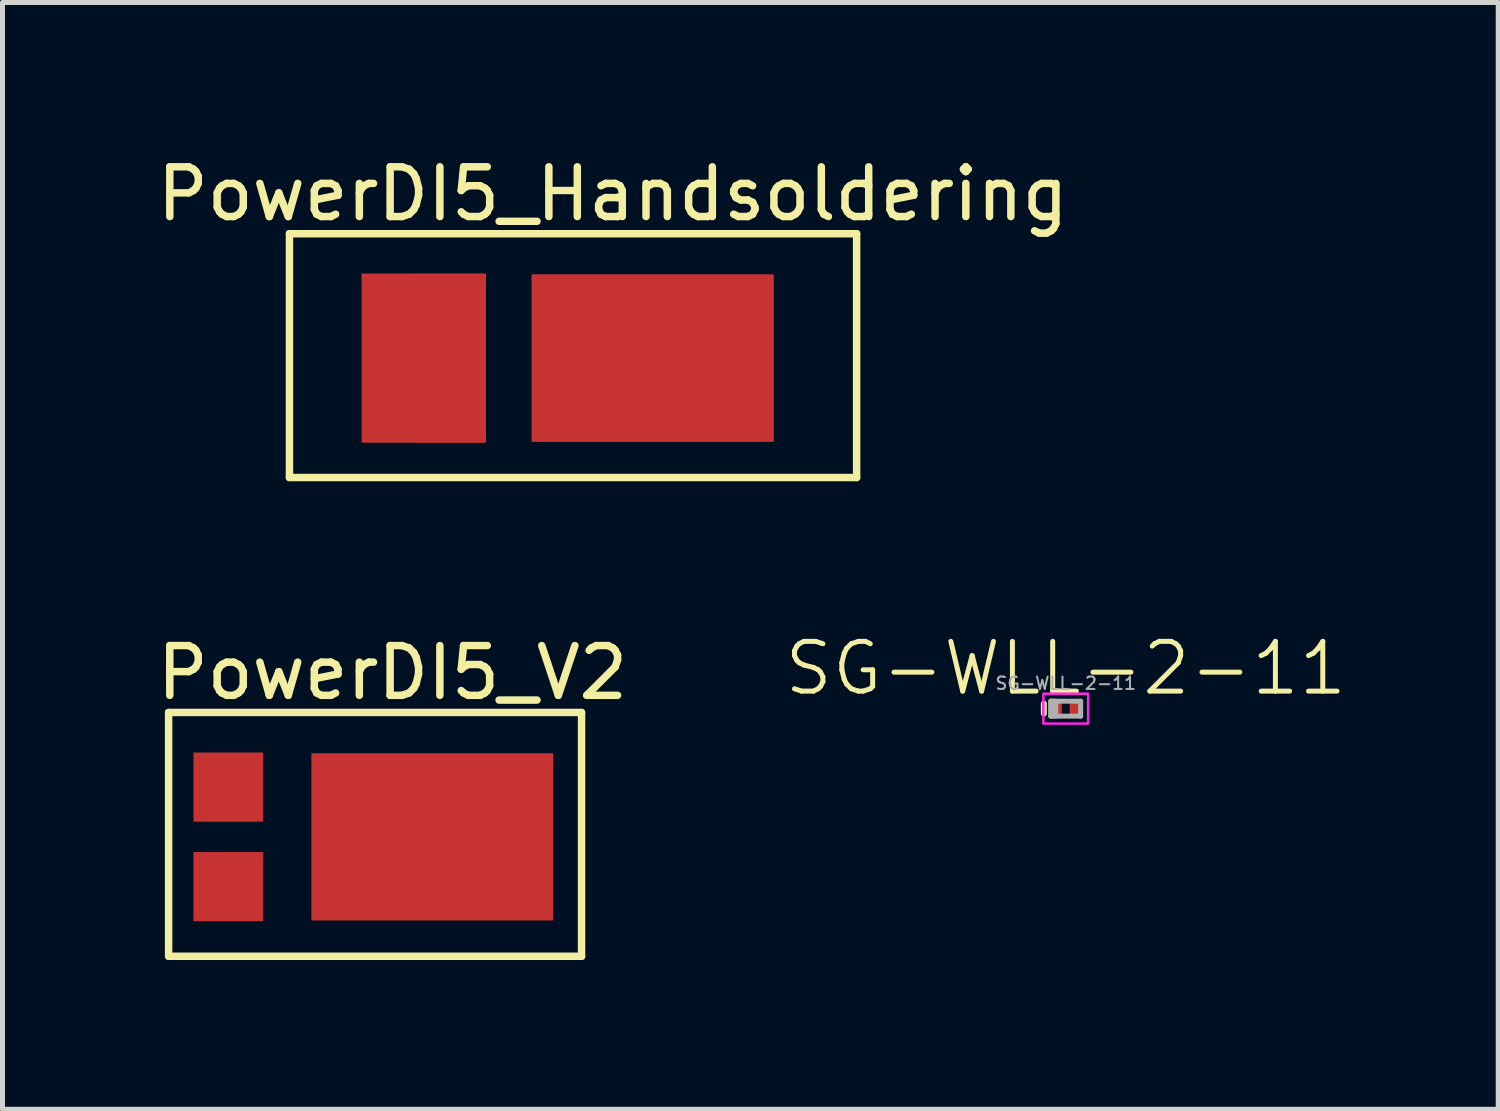
<source format=kicad_pcb>
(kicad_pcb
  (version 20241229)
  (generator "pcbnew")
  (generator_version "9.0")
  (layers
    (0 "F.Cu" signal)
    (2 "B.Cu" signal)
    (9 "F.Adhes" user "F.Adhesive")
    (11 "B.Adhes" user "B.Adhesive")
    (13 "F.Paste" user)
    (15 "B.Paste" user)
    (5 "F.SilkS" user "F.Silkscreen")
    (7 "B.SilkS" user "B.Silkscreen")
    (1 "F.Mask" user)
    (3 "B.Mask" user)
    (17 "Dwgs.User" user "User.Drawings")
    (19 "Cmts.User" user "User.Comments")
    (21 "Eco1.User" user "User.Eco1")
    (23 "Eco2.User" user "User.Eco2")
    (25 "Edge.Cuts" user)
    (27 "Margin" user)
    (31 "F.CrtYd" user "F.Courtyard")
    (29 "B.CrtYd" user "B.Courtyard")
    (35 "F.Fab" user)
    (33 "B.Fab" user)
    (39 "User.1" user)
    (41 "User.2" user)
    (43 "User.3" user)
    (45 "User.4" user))
  (footprint "PowerDI5_Handsoldering"
    (layer "F.Cu")
    (at 6.668 2.448)
    (property "Reference" "PowerDI5_Handsoldering" (at 2.6 -1.6 0) (layer "F.SilkS") (effects (font (size 1 1) (thickness 0.15))))
    (attr through_hole)
    (fp_line (start -3.9 -0.8) (end -3.9 4.1) (stroke (width 0.15) (type solid)) (layer "F.SilkS"))
    (fp_line (start -3.9 4.1) (end 7.5 4.1) (stroke (width 0.15) (type solid)) (layer "F.SilkS"))
    (fp_line (start 7.5 -0.8) (end -3.9 -0.8) (stroke (width 0.15) (type solid)) (layer "F.SilkS"))
    (fp_line (start 7.5 4.1) (end 7.5 -0.8) (stroke (width 0.15) (type solid)) (layer "F.SilkS"))
    (pad "1" smd rect (at 3.4 1.7) (size 4.86 3.36) (layers "F.Cu" "F.Mask" "F.Paste"))
    (pad "1" smd rect (at 3.4 1.7) (size 4.86 3.36) (layers "F.Cu" "F.Mask" "F.Paste"))
    (pad "2" smd rect (at -0.7 0.7) (size 1.4 1.39) (layers "F.Cu" "F.Mask" "F.Paste"))
    (pad "3" smd rect (at -1.2 1.7) (size 2.5 3.4) (layers "F.Cu" "F.Mask" "F.Paste"))
    (pad "3" smd rect (at -0.7 2.7) (size 1.4 1.39) (layers "F.Cu" "F.Mask" "F.Paste")))
  (footprint "PowerDI5_V2"
    (layer "F.Cu")
    (at 2.239 11.271)
    (property "Reference" "PowerDI5_V2" (at 2.6 -0.8 0) (layer "F.SilkS") (effects (font (size 1 1) (thickness 0.15))))
    (attr through_hole)
    (fp_line (start -1.9 0) (end -1.9 4.9) (stroke (width 0.15) (type solid)) (layer "F.SilkS"))
    (fp_line (start -1.9 4.9) (end 6.4 4.9) (stroke (width 0.15) (type solid)) (layer "F.SilkS"))
    (fp_line (start 6.4 0) (end -1.9 0) (stroke (width 0.15) (type solid)) (layer "F.SilkS"))
    (fp_line (start 6.4 4.9) (end 6.4 0) (stroke (width 0.15) (type solid)) (layer "F.SilkS"))
    (pad "1" smd rect (at 3.4 2.5) (size 4.86 3.36) (layers "F.Cu" "F.Mask" "F.Paste"))
    (pad "2" smd rect (at -0.7 1.5) (size 1.4 1.39) (layers "F.Cu" "F.Mask" "F.Paste"))
    (pad "3" smd rect (at -0.7 3.5) (size 1.4 1.39) (layers "F.Cu" "F.Mask" "F.Paste")))
  (footprint "SG-WLL-2-11"
    (layer "F.Cu")
    (at 18.371 11.204)
    (property "Reference" "SG-WLL-2-11" (at 0 -0.82 0) (unlocked yes) (layer "F.SilkS") (effects (font (size 1 1) (thickness 0.1))))
    (attr through_hole)
    (fp_line (start -0.44 0.09) (end -0.44 -0.11) (stroke (width 0.12) (type solid)) (layer "F.SilkS"))
    (fp_circle (center -0.19 -0.01) (end -0.19 -0.138) (stroke (width 0) (type solid)) (fill yes) (layer "F.Paste"))
    (fp_circle (center 0.19 -0.01) (end 0.19 -0.138) (stroke (width 0) (type solid)) (fill yes) (layer "F.Paste"))
    (fp_rect (start -0.45 0.29) (end 0.45 -0.31) (stroke (width 0.05) (type solid)) (fill no) (layer "F.CrtYd"))
    (fp_line (start -0.3 -0.16) (end 0.3 -0.16) (stroke (width 0.1) (type solid)) (layer "F.Fab"))
    (fp_line (start -0.3 0.14) (end -0.3 -0.16) (stroke (width 0.1) (type solid)) (layer "F.Fab"))
    (fp_line (start 0.3 -0.16) (end 0.3 0.14) (stroke (width 0.1) (type solid)) (layer "F.Fab"))
    (fp_line (start 0.3 0.14) (end -0.3 0.14) (stroke (width 0.1) (type solid)) (layer "F.Fab"))
    (fp_rect (start -0.3 -0.16) (end -0.2 0.14) (stroke (width 0.1) (type solid)) (fill no) (layer "F.Fab"))
    (fp_text user "${REFERENCE}" (at 0 -0.52 180) (layer "F.Fab") (effects (font (size 0.25 0.25) (thickness 0.04))))
    (pad "1" smd rect (at -0.19 -0.01 90) (size 0.3 0.22) (layers "F.Cu" "F.Mask"))
    (pad "2" smd rect (at 0.19 -0.01 90) (size 0.3 0.22) (layers "F.Cu" "F.Mask")))
  (gr_rect
    (start -3 -3)
    (end 27.064 19.247)
    (stroke (width 0.1) (type default))
    (fill no)
    (layer "Edge.Cuts")))
</source>
